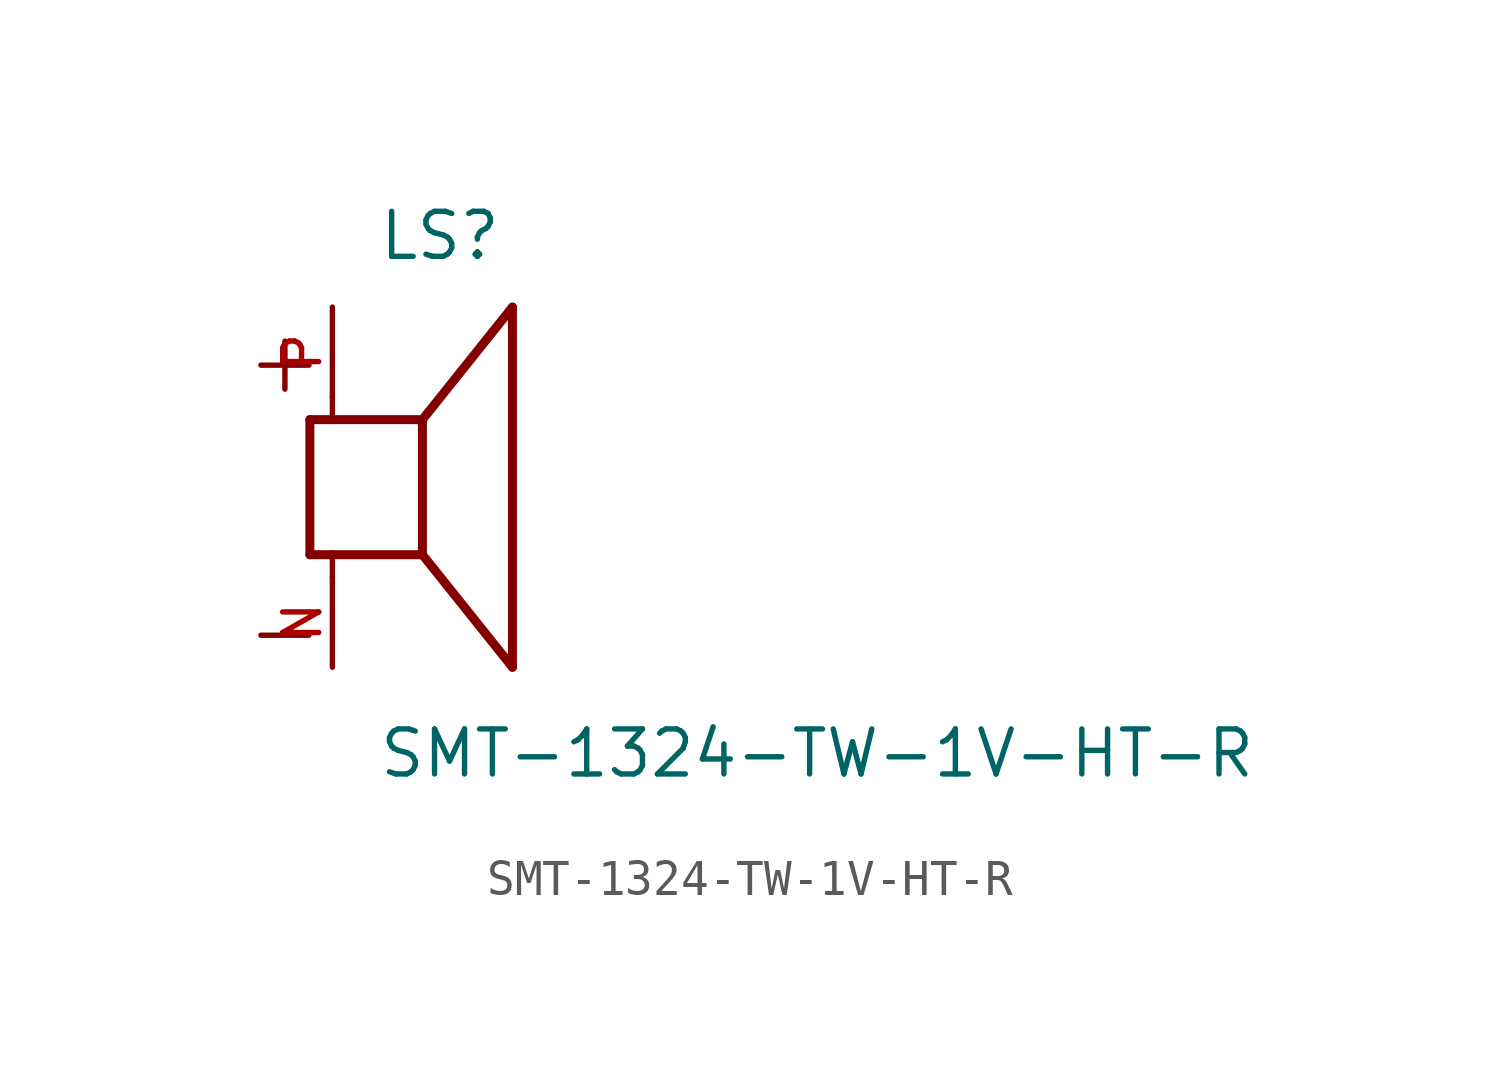
<source format=kicad_sym>
(kicad_symbol_lib
  (version 20211014)
  (generator kicad_symbol_editor)
  (symbol "SMT-1324-TW-1V-HT-R"
    (pin_names
      (offset 1.016))
    (property "Reference" "LS"
      (at -1.27 6.35 0)
      (effects (font (size 1.27 1.27)) (justify bottom left)))
    (property "Value" "SMT-1324-TW-1V-HT-R"
      (at -1.27 -8.255 0)
      (effects (font (size 1.27 1.27)) (justify bottom left)))
    (symbol "SMT-1324-TW-1V-HT-R_0_0"
      (polyline (pts (xy -3.175 1.905) (xy -3.175 -1.905)) (stroke (width 0.254)))
      (polyline (pts (xy -3.175 -1.905) (xy -2.54 -1.905)) (stroke (width 0.254)))
      (polyline (pts (xy 0.0 -1.905) (xy 0.0 1.905)) (stroke (width 0.254)))
      (polyline (pts (xy -3.175 1.905) (xy -2.54 1.905)) (stroke (width 0.254)))
      (polyline (pts (xy 0.0 -1.905) (xy 2.54 -5.08)) (stroke (width 0.254)))
      (polyline (pts (xy 2.54 -5.08) (xy 2.54 5.08)) (stroke (width 0.254)))
      (polyline (pts (xy 0.0 1.905) (xy 2.54 5.08)) (stroke (width 0.254)))
      (polyline (pts (xy -2.54 -2.54) (xy -2.54 -1.905)) (stroke (width 0.152)))
      (polyline (pts (xy -2.54 -1.905) (xy 0.0 -1.905)) (stroke (width 0.254)))
      (polyline (pts (xy -2.54 2.54) (xy -2.54 1.905)) (stroke (width 0.152)))
      (polyline (pts (xy -2.54 1.905) (xy 0.0 1.905)) (stroke (width 0.254)))
      (text "+" (at -5.08 2.54 0) (effects (font (size 1.778 1.778)) (justify bottom left)))
      (text "-" (at -5.08 -5.08 0) (effects (font (size 1.778 1.778)) (justify bottom left)))
      (pin passive line (at -2.54 -5.08 90.0) (length 2.54) (name "~" (effects (font (size 1.016 1.016)))) (number "N" (effects (font (size 1.016 1.016)))))
      (pin passive line (at -2.54 5.08 270.0) (length 2.54) (name "~" (effects (font (size 1.016 1.016)))) (number "P" (effects (font (size 1.016 1.016))))))))
</source>
